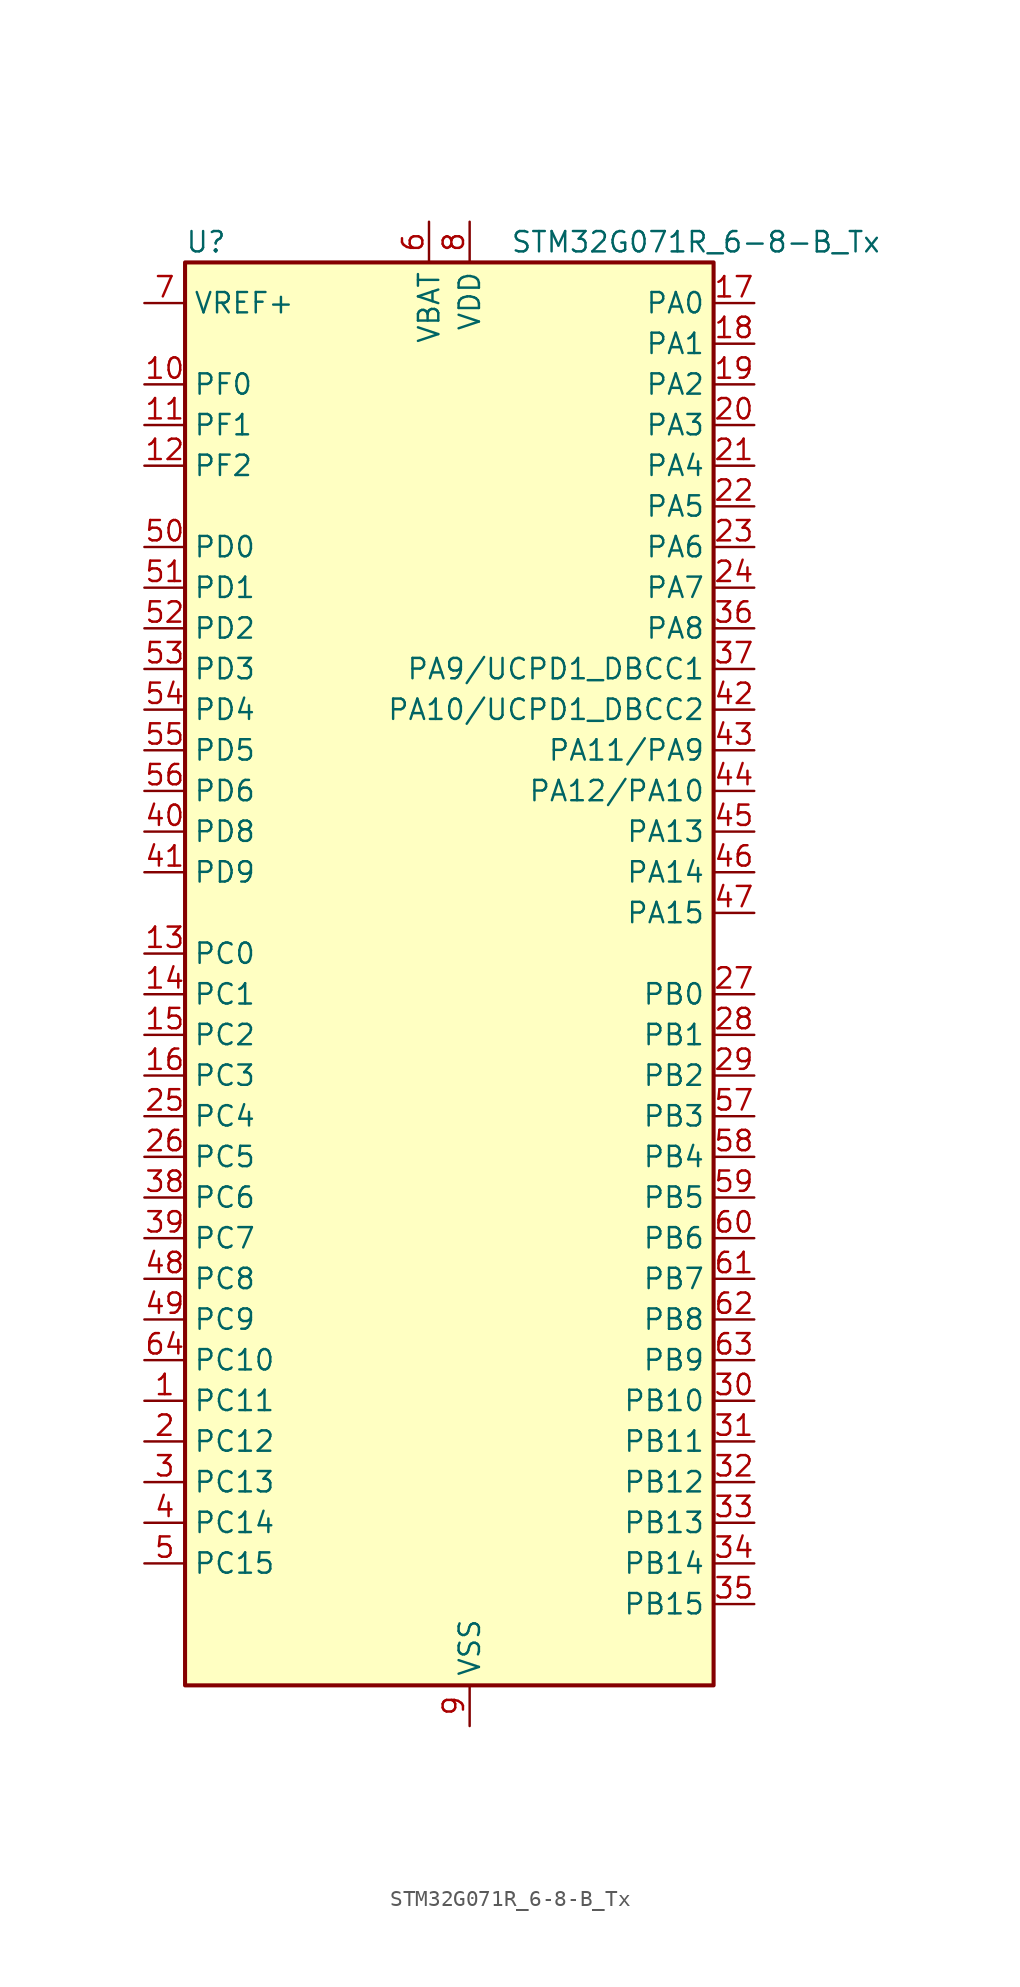
<source format=kicad_sym>
(kicad_symbol_lib
  (version 20220914)
  (generator kicad_symbol_editor)
  (symbol "STM32G071R_6-8-B_Tx"
    (property "Reference" "U"
      (at -15.24 46.99 0)
      (effects (font (size 1.27 1.27)) (justify left)))
    (property "Value" "STM32G071R_6-8-B_Tx"
      (at 5.08 46.99 0)
      (effects (font (size 1.27 1.27)) (justify left)))
    (property "ki_locked" ""
      (at 0 0 0)
      (effects (font (size 1.27 1.27))))
    (symbol "STM32G071R_6-8-B_Tx_0_1"
      (rectangle (start -15.24 -43.18) (end 17.78 45.72) (stroke (width 0.254) (type default)) (fill (type background))))
    (symbol "STM32G071R_6-8-B_Tx_1_1"
      (pin bidirectional line (at -17.78 -25.4 0) (length 2.54) (name "PC11" (effects (font (size 1.27 1.27)))) (number "1" (effects (font (size 1.27 1.27)))) (alternate "ADC1_EXTI11" bidirectional line) (alternate "TIM1_CH4" bidirectional line) (alternate "USART3_RX" bidirectional line) (alternate "USART4_RX" bidirectional line))
      (pin bidirectional line (at -17.78 38.1 0) (length 2.54) (name "PF0" (effects (font (size 1.27 1.27)))) (number "10" (effects (font (size 1.27 1.27)))) (alternate "RCC_OSC_IN" bidirectional line) (alternate "TIM14_CH1" bidirectional line))
      (pin bidirectional line (at -17.78 35.56 0) (length 2.54) (name "PF1" (effects (font (size 1.27 1.27)))) (number "11" (effects (font (size 1.27 1.27)))) (alternate "RCC_OSC_EN" bidirectional line) (alternate "RCC_OSC_OUT" bidirectional line) (alternate "TIM15_CH1N" bidirectional line))
      (pin bidirectional line (at -17.78 33.02 0) (length 2.54) (name "PF2" (effects (font (size 1.27 1.27)))) (number "12" (effects (font (size 1.27 1.27)))) (alternate "RCC_MCO" bidirectional line))
      (pin bidirectional line (at -17.78 2.54 0) (length 2.54) (name "PC0" (effects (font (size 1.27 1.27)))) (number "13" (effects (font (size 1.27 1.27)))) (alternate "LPTIM1_IN1" bidirectional line) (alternate "LPTIM2_IN1" bidirectional line) (alternate "LPUART1_RX" bidirectional line))
      (pin bidirectional line (at -17.78 0 0) (length 2.54) (name "PC1" (effects (font (size 1.27 1.27)))) (number "14" (effects (font (size 1.27 1.27)))) (alternate "LPTIM1_OUT" bidirectional line) (alternate "LPUART1_TX" bidirectional line) (alternate "TIM15_CH1" bidirectional line))
      (pin bidirectional line (at -17.78 -2.54 0) (length 2.54) (name "PC2" (effects (font (size 1.27 1.27)))) (number "15" (effects (font (size 1.27 1.27)))) (alternate "LPTIM1_IN2" bidirectional line) (alternate "SPI2_MISO" bidirectional line) (alternate "TIM15_CH2" bidirectional line))
      (pin bidirectional line (at -17.78 -5.08 0) (length 2.54) (name "PC3" (effects (font (size 1.27 1.27)))) (number "16" (effects (font (size 1.27 1.27)))) (alternate "LPTIM1_ETR" bidirectional line) (alternate "LPTIM2_ETR" bidirectional line) (alternate "SPI2_MOSI" bidirectional line))
      (pin bidirectional line (at 20.32 43.18 180) (length 2.54) (name "PA0" (effects (font (size 1.27 1.27)))) (number "17" (effects (font (size 1.27 1.27)))) (alternate "ADC1_IN0" bidirectional line) (alternate "COMP1_INM" bidirectional line) (alternate "COMP1_OUT" bidirectional line) (alternate "LPTIM1_OUT" bidirectional line) (alternate "RTC_TAMP_IN2" bidirectional line) (alternate "SPI2_SCK" bidirectional line) (alternate "SYS_WKUP1" bidirectional line) (alternate "TIM2_CH1" bidirectional line) (alternate "TIM2_ETR" bidirectional line) (alternate "UCPD2_FRSTX1" bidirectional line) (alternate "UCPD2_FRSTX2" bidirectional line) (alternate "USART2_CTS" bidirectional line) (alternate "USART2_NSS" bidirectional line) (alternate "USART4_TX" bidirectional line))
      (pin bidirectional line (at 20.32 40.64 180) (length 2.54) (name "PA1" (effects (font (size 1.27 1.27)))) (number "18" (effects (font (size 1.27 1.27)))) (alternate "ADC1_IN1" bidirectional line) (alternate "COMP1_INP" bidirectional line) (alternate "I2C1_SMBA" bidirectional line) (alternate "I2S1_CK" bidirectional line) (alternate "SPI1_SCK" bidirectional line) (alternate "TIM15_CH1N" bidirectional line) (alternate "TIM2_CH2" bidirectional line) (alternate "USART2_CK" bidirectional line) (alternate "USART2_DE" bidirectional line) (alternate "USART2_RTS" bidirectional line) (alternate "USART4_RX" bidirectional line))
      (pin bidirectional line (at 20.32 38.1 180) (length 2.54) (name "PA2" (effects (font (size 1.27 1.27)))) (number "19" (effects (font (size 1.27 1.27)))) (alternate "ADC1_IN2" bidirectional line) (alternate "COMP2_INM" bidirectional line) (alternate "COMP2_OUT" bidirectional line) (alternate "I2S1_SD" bidirectional line) (alternate "LPUART1_TX" bidirectional line) (alternate "RCC_LSCO" bidirectional line) (alternate "SPI1_MOSI" bidirectional line) (alternate "SYS_WKUP4" bidirectional line) (alternate "TIM15_CH1" bidirectional line) (alternate "TIM2_CH3" bidirectional line) (alternate "UCPD1_FRSTX1" bidirectional line) (alternate "UCPD1_FRSTX2" bidirectional line) (alternate "USART2_TX" bidirectional line))
      (pin bidirectional line (at -17.78 -27.94 0) (length 2.54) (name "PC12" (effects (font (size 1.27 1.27)))) (number "2" (effects (font (size 1.27 1.27)))) (alternate "LPTIM1_IN1" bidirectional line) (alternate "TIM14_CH1" bidirectional line) (alternate "UCPD1_FRSTX1" bidirectional line) (alternate "UCPD1_FRSTX2" bidirectional line))
      (pin bidirectional line (at 20.32 35.56 180) (length 2.54) (name "PA3" (effects (font (size 1.27 1.27)))) (number "20" (effects (font (size 1.27 1.27)))) (alternate "ADC1_IN3" bidirectional line) (alternate "COMP2_INP" bidirectional line) (alternate "LPUART1_RX" bidirectional line) (alternate "SPI2_MISO" bidirectional line) (alternate "TIM15_CH2" bidirectional line) (alternate "TIM2_CH4" bidirectional line) (alternate "UCPD2_FRSTX1" bidirectional line) (alternate "UCPD2_FRSTX2" bidirectional line) (alternate "USART2_RX" bidirectional line))
      (pin bidirectional line (at 20.32 33.02 180) (length 2.54) (name "PA4" (effects (font (size 1.27 1.27)))) (number "21" (effects (font (size 1.27 1.27)))) (alternate "ADC1_IN4" bidirectional line) (alternate "DAC1_OUT1" bidirectional line) (alternate "I2S1_WS" bidirectional line) (alternate "LPTIM2_OUT" bidirectional line) (alternate "RTC_OUT_ALARM" bidirectional line) (alternate "RTC_OUT_CALIB" bidirectional line) (alternate "SPI1_NSS" bidirectional line) (alternate "SPI2_MOSI" bidirectional line) (alternate "TIM14_CH1" bidirectional line) (alternate "UCPD2_FRSTX1" bidirectional line) (alternate "UCPD2_FRSTX2" bidirectional line))
      (pin bidirectional line (at 20.32 30.48 180) (length 2.54) (name "PA5" (effects (font (size 1.27 1.27)))) (number "22" (effects (font (size 1.27 1.27)))) (alternate "ADC1_IN5" bidirectional line) (alternate "CEC" bidirectional line) (alternate "DAC1_OUT2" bidirectional line) (alternate "I2S1_CK" bidirectional line) (alternate "LPTIM2_ETR" bidirectional line) (alternate "SPI1_SCK" bidirectional line) (alternate "TIM2_CH1" bidirectional line) (alternate "TIM2_ETR" bidirectional line) (alternate "UCPD1_FRSTX1" bidirectional line) (alternate "UCPD1_FRSTX2" bidirectional line) (alternate "USART3_TX" bidirectional line))
      (pin bidirectional line (at 20.32 27.94 180) (length 2.54) (name "PA6" (effects (font (size 1.27 1.27)))) (number "23" (effects (font (size 1.27 1.27)))) (alternate "ADC1_IN6" bidirectional line) (alternate "COMP1_OUT" bidirectional line) (alternate "I2S1_MCK" bidirectional line) (alternate "LPUART1_CTS" bidirectional line) (alternate "SPI1_MISO" bidirectional line) (alternate "TIM16_CH1" bidirectional line) (alternate "TIM1_BK" bidirectional line) (alternate "TIM3_CH1" bidirectional line) (alternate "USART3_CTS" bidirectional line) (alternate "USART3_NSS" bidirectional line))
      (pin bidirectional line (at 20.32 25.4 180) (length 2.54) (name "PA7" (effects (font (size 1.27 1.27)))) (number "24" (effects (font (size 1.27 1.27)))) (alternate "ADC1_IN7" bidirectional line) (alternate "COMP2_OUT" bidirectional line) (alternate "I2S1_SD" bidirectional line) (alternate "SPI1_MOSI" bidirectional line) (alternate "TIM14_CH1" bidirectional line) (alternate "TIM17_CH1" bidirectional line) (alternate "TIM1_CH1N" bidirectional line) (alternate "TIM3_CH2" bidirectional line) (alternate "UCPD1_FRSTX1" bidirectional line) (alternate "UCPD1_FRSTX2" bidirectional line))
      (pin bidirectional line (at -17.78 -7.62 0) (length 2.54) (name "PC4" (effects (font (size 1.27 1.27)))) (number "25" (effects (font (size 1.27 1.27)))) (alternate "ADC1_IN17" bidirectional line) (alternate "COMP1_INM" bidirectional line) (alternate "TIM2_CH1" bidirectional line) (alternate "TIM2_ETR" bidirectional line) (alternate "USART1_TX" bidirectional line) (alternate "USART3_TX" bidirectional line))
      (pin bidirectional line (at -17.78 -10.16 0) (length 2.54) (name "PC5" (effects (font (size 1.27 1.27)))) (number "26" (effects (font (size 1.27 1.27)))) (alternate "ADC1_IN18" bidirectional line) (alternate "COMP1_INP" bidirectional line) (alternate "SYS_WKUP5" bidirectional line) (alternate "TIM2_CH2" bidirectional line) (alternate "USART1_RX" bidirectional line) (alternate "USART3_RX" bidirectional line))
      (pin bidirectional line (at 20.32 0 180) (length 2.54) (name "PB0" (effects (font (size 1.27 1.27)))) (number "27" (effects (font (size 1.27 1.27)))) (alternate "ADC1_IN8" bidirectional line) (alternate "COMP1_OUT" bidirectional line) (alternate "I2S1_WS" bidirectional line) (alternate "LPTIM1_OUT" bidirectional line) (alternate "SPI1_NSS" bidirectional line) (alternate "TIM1_CH2N" bidirectional line) (alternate "TIM3_CH3" bidirectional line) (alternate "UCPD1_FRSTX1" bidirectional line) (alternate "UCPD1_FRSTX2" bidirectional line) (alternate "USART3_RX" bidirectional line))
      (pin bidirectional line (at 20.32 -2.54 180) (length 2.54) (name "PB1" (effects (font (size 1.27 1.27)))) (number "28" (effects (font (size 1.27 1.27)))) (alternate "ADC1_IN9" bidirectional line) (alternate "COMP1_INM" bidirectional line) (alternate "LPTIM2_IN1" bidirectional line) (alternate "LPUART1_DE" bidirectional line) (alternate "LPUART1_RTS" bidirectional line) (alternate "TIM14_CH1" bidirectional line) (alternate "TIM1_CH3N" bidirectional line) (alternate "TIM3_CH4" bidirectional line) (alternate "USART3_CK" bidirectional line) (alternate "USART3_DE" bidirectional line) (alternate "USART3_RTS" bidirectional line))
      (pin bidirectional line (at 20.32 -5.08 180) (length 2.54) (name "PB2" (effects (font (size 1.27 1.27)))) (number "29" (effects (font (size 1.27 1.27)))) (alternate "ADC1_IN10" bidirectional line) (alternate "COMP1_INP" bidirectional line) (alternate "LPTIM1_OUT" bidirectional line) (alternate "SPI2_MISO" bidirectional line) (alternate "USART3_TX" bidirectional line))
      (pin bidirectional line (at -17.78 -30.48 0) (length 2.54) (name "PC13" (effects (font (size 1.27 1.27)))) (number "3" (effects (font (size 1.27 1.27)))) (alternate "RTC_OUT_ALARM" bidirectional line) (alternate "RTC_OUT_CALIB" bidirectional line) (alternate "RTC_TAMP_IN1" bidirectional line) (alternate "RTC_TS" bidirectional line) (alternate "SYS_WKUP2" bidirectional line) (alternate "TIM1_BK" bidirectional line))
      (pin bidirectional line (at 20.32 -25.4 180) (length 2.54) (name "PB10" (effects (font (size 1.27 1.27)))) (number "30" (effects (font (size 1.27 1.27)))) (alternate "ADC1_IN11" bidirectional line) (alternate "CEC" bidirectional line) (alternate "COMP1_OUT" bidirectional line) (alternate "I2C2_SCL" bidirectional line) (alternate "LPUART1_RX" bidirectional line) (alternate "SPI2_SCK" bidirectional line) (alternate "TIM2_CH3" bidirectional line) (alternate "USART3_TX" bidirectional line))
      (pin bidirectional line (at 20.32 -27.94 180) (length 2.54) (name "PB11" (effects (font (size 1.27 1.27)))) (number "31" (effects (font (size 1.27 1.27)))) (alternate "ADC1_EXTI11" bidirectional line) (alternate "ADC1_IN15" bidirectional line) (alternate "COMP2_OUT" bidirectional line) (alternate "I2C2_SDA" bidirectional line) (alternate "LPUART1_TX" bidirectional line) (alternate "SPI2_MOSI" bidirectional line) (alternate "TIM2_CH4" bidirectional line) (alternate "USART3_RX" bidirectional line))
      (pin bidirectional line (at 20.32 -30.48 180) (length 2.54) (name "PB12" (effects (font (size 1.27 1.27)))) (number "32" (effects (font (size 1.27 1.27)))) (alternate "ADC1_IN16" bidirectional line) (alternate "LPUART1_DE" bidirectional line) (alternate "LPUART1_RTS" bidirectional line) (alternate "SPI2_NSS" bidirectional line) (alternate "TIM15_BK" bidirectional line) (alternate "TIM1_BK" bidirectional line) (alternate "UCPD2_FRSTX1" bidirectional line) (alternate "UCPD2_FRSTX2" bidirectional line))
      (pin bidirectional line (at 20.32 -33.02 180) (length 2.54) (name "PB13" (effects (font (size 1.27 1.27)))) (number "33" (effects (font (size 1.27 1.27)))) (alternate "I2C2_SCL" bidirectional line) (alternate "LPUART1_CTS" bidirectional line) (alternate "SPI2_SCK" bidirectional line) (alternate "TIM15_CH1N" bidirectional line) (alternate "TIM1_CH1N" bidirectional line) (alternate "USART3_CTS" bidirectional line) (alternate "USART3_NSS" bidirectional line))
      (pin bidirectional line (at 20.32 -35.56 180) (length 2.54) (name "PB14" (effects (font (size 1.27 1.27)))) (number "34" (effects (font (size 1.27 1.27)))) (alternate "I2C2_SDA" bidirectional line) (alternate "SPI2_MISO" bidirectional line) (alternate "TIM15_CH1" bidirectional line) (alternate "TIM1_CH2N" bidirectional line) (alternate "UCPD1_FRSTX1" bidirectional line) (alternate "UCPD1_FRSTX2" bidirectional line) (alternate "USART3_CK" bidirectional line) (alternate "USART3_DE" bidirectional line) (alternate "USART3_RTS" bidirectional line))
      (pin bidirectional line (at 20.32 -38.1 180) (length 2.54) (name "PB15" (effects (font (size 1.27 1.27)))) (number "35" (effects (font (size 1.27 1.27)))) (alternate "RTC_REFIN" bidirectional line) (alternate "SPI2_MOSI" bidirectional line) (alternate "TIM15_CH1N" bidirectional line) (alternate "TIM15_CH2" bidirectional line) (alternate "TIM1_CH3N" bidirectional line) (alternate "UCPD1_CC2" bidirectional line))
      (pin bidirectional line (at 20.32 22.86 180) (length 2.54) (name "PA8" (effects (font (size 1.27 1.27)))) (number "36" (effects (font (size 1.27 1.27)))) (alternate "LPTIM2_OUT" bidirectional line) (alternate "RCC_MCO" bidirectional line) (alternate "SPI2_NSS" bidirectional line) (alternate "TIM1_CH1" bidirectional line) (alternate "UCPD1_CC1" bidirectional line))
      (pin bidirectional line (at 20.32 20.32 180) (length 2.54) (name "PA9/UCPD1_DBCC1" (effects (font (size 1.27 1.27)))) (number "37" (effects (font (size 1.27 1.27)))) (alternate "DAC1_EXTI9" bidirectional line) (alternate "I2C1_SCL" bidirectional line) (alternate "RCC_MCO" bidirectional line) (alternate "SPI2_MISO" bidirectional line) (alternate "TIM15_BK" bidirectional line) (alternate "TIM1_CH2" bidirectional line) (alternate "UCPD1_DBCC1" bidirectional line) (alternate "USART1_TX" bidirectional line))
      (pin bidirectional line (at -17.78 -12.7 0) (length 2.54) (name "PC6" (effects (font (size 1.27 1.27)))) (number "38" (effects (font (size 1.27 1.27)))) (alternate "TIM2_CH3" bidirectional line) (alternate "TIM3_CH1" bidirectional line) (alternate "UCPD1_FRSTX1" bidirectional line) (alternate "UCPD1_FRSTX2" bidirectional line))
      (pin bidirectional line (at -17.78 -15.24 0) (length 2.54) (name "PC7" (effects (font (size 1.27 1.27)))) (number "39" (effects (font (size 1.27 1.27)))) (alternate "TIM2_CH4" bidirectional line) (alternate "TIM3_CH2" bidirectional line) (alternate "UCPD2_FRSTX1" bidirectional line) (alternate "UCPD2_FRSTX2" bidirectional line))
      (pin bidirectional line (at -17.78 -33.02 0) (length 2.54) (name "PC14" (effects (font (size 1.27 1.27)))) (number "4" (effects (font (size 1.27 1.27)))) (alternate "RCC_OSC32_IN" bidirectional line) (alternate "TIM1_BK2" bidirectional line))
      (pin bidirectional line (at -17.78 10.16 0) (length 2.54) (name "PD8" (effects (font (size 1.27 1.27)))) (number "40" (effects (font (size 1.27 1.27)))) (alternate "I2S1_CK" bidirectional line) (alternate "LPTIM1_OUT" bidirectional line) (alternate "SPI1_SCK" bidirectional line) (alternate "USART3_TX" bidirectional line))
      (pin bidirectional line (at -17.78 7.62 0) (length 2.54) (name "PD9" (effects (font (size 1.27 1.27)))) (number "41" (effects (font (size 1.27 1.27)))) (alternate "DAC1_EXTI9" bidirectional line) (alternate "I2S1_WS" bidirectional line) (alternate "SPI1_NSS" bidirectional line) (alternate "TIM1_BK2" bidirectional line) (alternate "USART3_RX" bidirectional line))
      (pin bidirectional line (at 20.32 17.78 180) (length 2.54) (name "PA10/UCPD1_DBCC2" (effects (font (size 1.27 1.27)))) (number "42" (effects (font (size 1.27 1.27)))) (alternate "I2C1_SDA" bidirectional line) (alternate "SPI2_MOSI" bidirectional line) (alternate "TIM17_BK" bidirectional line) (alternate "TIM1_CH3" bidirectional line) (alternate "UCPD1_DBCC2" bidirectional line) (alternate "USART1_RX" bidirectional line))
      (pin bidirectional line (at 20.32 15.24 180) (length 2.54) (name "PA11/PA9" (effects (font (size 1.27 1.27)))) (number "43" (effects (font (size 1.27 1.27)))) (alternate "ADC1_EXTI11" bidirectional line) (alternate "COMP1_OUT" bidirectional line) (alternate "I2C2_SCL" bidirectional line) (alternate "I2S1_MCK" bidirectional line) (alternate "SPI1_MISO" bidirectional line) (alternate "TIM1_BK2" bidirectional line) (alternate "TIM1_CH4" bidirectional line) (alternate "USART1_CTS" bidirectional line) (alternate "USART1_NSS" bidirectional line))
      (pin bidirectional line (at 20.32 12.7 180) (length 2.54) (name "PA12/PA10" (effects (font (size 1.27 1.27)))) (number "44" (effects (font (size 1.27 1.27)))) (alternate "COMP2_OUT" bidirectional line) (alternate "I2C2_SDA" bidirectional line) (alternate "I2S1_SD" bidirectional line) (alternate "I2S_CKIN" bidirectional line) (alternate "SPI1_MOSI" bidirectional line) (alternate "TIM1_ETR" bidirectional line) (alternate "USART1_CK" bidirectional line) (alternate "USART1_DE" bidirectional line) (alternate "USART1_RTS" bidirectional line))
      (pin bidirectional line (at 20.32 10.16 180) (length 2.54) (name "PA13" (effects (font (size 1.27 1.27)))) (number "45" (effects (font (size 1.27 1.27)))) (alternate "IR_OUT" bidirectional line) (alternate "SYS_SWDIO" bidirectional line))
      (pin bidirectional line (at 20.32 7.62 180) (length 2.54) (name "PA14" (effects (font (size 1.27 1.27)))) (number "46" (effects (font (size 1.27 1.27)))) (alternate "SYS_SWCLK" bidirectional line) (alternate "USART2_TX" bidirectional line))
      (pin bidirectional line (at 20.32 5.08 180) (length 2.54) (name "PA15" (effects (font (size 1.27 1.27)))) (number "47" (effects (font (size 1.27 1.27)))) (alternate "I2S1_WS" bidirectional line) (alternate "SPI1_NSS" bidirectional line) (alternate "TIM2_CH1" bidirectional line) (alternate "TIM2_ETR" bidirectional line) (alternate "USART2_RX" bidirectional line) (alternate "USART3_CK" bidirectional line) (alternate "USART3_DE" bidirectional line) (alternate "USART3_RTS" bidirectional line) (alternate "USART4_CK" bidirectional line) (alternate "USART4_DE" bidirectional line) (alternate "USART4_RTS" bidirectional line))
      (pin bidirectional line (at -17.78 -17.78 0) (length 2.54) (name "PC8" (effects (font (size 1.27 1.27)))) (number "48" (effects (font (size 1.27 1.27)))) (alternate "TIM1_CH1" bidirectional line) (alternate "TIM3_CH3" bidirectional line) (alternate "UCPD2_FRSTX1" bidirectional line) (alternate "UCPD2_FRSTX2" bidirectional line))
      (pin bidirectional line (at -17.78 -20.32 0) (length 2.54) (name "PC9" (effects (font (size 1.27 1.27)))) (number "49" (effects (font (size 1.27 1.27)))) (alternate "DAC1_EXTI9" bidirectional line) (alternate "I2S_CKIN" bidirectional line) (alternate "TIM1_CH2" bidirectional line) (alternate "TIM3_CH4" bidirectional line))
      (pin bidirectional line (at -17.78 -35.56 0) (length 2.54) (name "PC15" (effects (font (size 1.27 1.27)))) (number "5" (effects (font (size 1.27 1.27)))) (alternate "RCC_OSC32_EN" bidirectional line) (alternate "RCC_OSC32_OUT" bidirectional line) (alternate "RCC_OSC_EN" bidirectional line) (alternate "TIM15_BK" bidirectional line))
      (pin bidirectional line (at -17.78 27.94 0) (length 2.54) (name "PD0" (effects (font (size 1.27 1.27)))) (number "50" (effects (font (size 1.27 1.27)))) (alternate "SPI2_NSS" bidirectional line) (alternate "TIM16_CH1" bidirectional line) (alternate "UCPD2_CC1" bidirectional line))
      (pin bidirectional line (at -17.78 25.4 0) (length 2.54) (name "PD1" (effects (font (size 1.27 1.27)))) (number "51" (effects (font (size 1.27 1.27)))) (alternate "SPI2_SCK" bidirectional line) (alternate "TIM17_CH1" bidirectional line) (alternate "UCPD2_DBCC1" bidirectional line))
      (pin bidirectional line (at -17.78 22.86 0) (length 2.54) (name "PD2" (effects (font (size 1.27 1.27)))) (number "52" (effects (font (size 1.27 1.27)))) (alternate "TIM1_CH1N" bidirectional line) (alternate "TIM3_ETR" bidirectional line) (alternate "UCPD2_CC2" bidirectional line) (alternate "USART3_CK" bidirectional line) (alternate "USART3_DE" bidirectional line) (alternate "USART3_RTS" bidirectional line))
      (pin bidirectional line (at -17.78 20.32 0) (length 2.54) (name "PD3" (effects (font (size 1.27 1.27)))) (number "53" (effects (font (size 1.27 1.27)))) (alternate "SPI2_MISO" bidirectional line) (alternate "TIM1_CH2N" bidirectional line) (alternate "UCPD2_DBCC2" bidirectional line) (alternate "USART2_CTS" bidirectional line) (alternate "USART2_NSS" bidirectional line))
      (pin bidirectional line (at -17.78 17.78 0) (length 2.54) (name "PD4" (effects (font (size 1.27 1.27)))) (number "54" (effects (font (size 1.27 1.27)))) (alternate "SPI2_MOSI" bidirectional line) (alternate "TIM1_CH3N" bidirectional line) (alternate "USART2_CK" bidirectional line) (alternate "USART2_DE" bidirectional line) (alternate "USART2_RTS" bidirectional line))
      (pin bidirectional line (at -17.78 15.24 0) (length 2.54) (name "PD5" (effects (font (size 1.27 1.27)))) (number "55" (effects (font (size 1.27 1.27)))) (alternate "I2S1_MCK" bidirectional line) (alternate "SPI1_MISO" bidirectional line) (alternate "TIM1_BK" bidirectional line) (alternate "USART2_TX" bidirectional line))
      (pin bidirectional line (at -17.78 12.7 0) (length 2.54) (name "PD6" (effects (font (size 1.27 1.27)))) (number "56" (effects (font (size 1.27 1.27)))) (alternate "I2S1_SD" bidirectional line) (alternate "LPTIM2_OUT" bidirectional line) (alternate "SPI1_MOSI" bidirectional line) (alternate "USART2_RX" bidirectional line))
      (pin bidirectional line (at 20.32 -7.62 180) (length 2.54) (name "PB3" (effects (font (size 1.27 1.27)))) (number "57" (effects (font (size 1.27 1.27)))) (alternate "COMP2_INM" bidirectional line) (alternate "I2S1_CK" bidirectional line) (alternate "SPI1_SCK" bidirectional line) (alternate "TIM1_CH2" bidirectional line) (alternate "TIM2_CH2" bidirectional line) (alternate "USART1_CK" bidirectional line) (alternate "USART1_DE" bidirectional line) (alternate "USART1_RTS" bidirectional line))
      (pin bidirectional line (at 20.32 -10.16 180) (length 2.54) (name "PB4" (effects (font (size 1.27 1.27)))) (number "58" (effects (font (size 1.27 1.27)))) (alternate "COMP2_INP" bidirectional line) (alternate "I2S1_MCK" bidirectional line) (alternate "SPI1_MISO" bidirectional line) (alternate "TIM17_BK" bidirectional line) (alternate "TIM3_CH1" bidirectional line) (alternate "USART1_CTS" bidirectional line) (alternate "USART1_NSS" bidirectional line))
      (pin bidirectional line (at 20.32 -12.7 180) (length 2.54) (name "PB5" (effects (font (size 1.27 1.27)))) (number "59" (effects (font (size 1.27 1.27)))) (alternate "COMP2_OUT" bidirectional line) (alternate "I2C1_SMBA" bidirectional line) (alternate "I2S1_SD" bidirectional line) (alternate "LPTIM1_IN1" bidirectional line) (alternate "SPI1_MOSI" bidirectional line) (alternate "SYS_WKUP6" bidirectional line) (alternate "TIM16_BK" bidirectional line) (alternate "TIM3_CH2" bidirectional line))
      (pin power_in line (at 0 48.26 270) (length 2.54) (name "VBAT" (effects (font (size 1.27 1.27)))) (number "6" (effects (font (size 1.27 1.27)))))
      (pin bidirectional line (at 20.32 -15.24 180) (length 2.54) (name "PB6" (effects (font (size 1.27 1.27)))) (number "60" (effects (font (size 1.27 1.27)))) (alternate "COMP2_INP" bidirectional line) (alternate "I2C1_SCL" bidirectional line) (alternate "LPTIM1_ETR" bidirectional line) (alternate "SPI2_MISO" bidirectional line) (alternate "TIM16_CH1N" bidirectional line) (alternate "TIM1_CH3" bidirectional line) (alternate "USART1_TX" bidirectional line))
      (pin bidirectional line (at 20.32 -17.78 180) (length 2.54) (name "PB7" (effects (font (size 1.27 1.27)))) (number "61" (effects (font (size 1.27 1.27)))) (alternate "COMP2_INM" bidirectional line) (alternate "I2C1_SDA" bidirectional line) (alternate "LPTIM1_IN2" bidirectional line) (alternate "SPI2_MOSI" bidirectional line) (alternate "SYS_PVD_IN" bidirectional line) (alternate "TIM17_CH1N" bidirectional line) (alternate "USART1_RX" bidirectional line) (alternate "USART4_CTS" bidirectional line) (alternate "USART4_NSS" bidirectional line))
      (pin bidirectional line (at 20.32 -20.32 180) (length 2.54) (name "PB8" (effects (font (size 1.27 1.27)))) (number "62" (effects (font (size 1.27 1.27)))) (alternate "CEC" bidirectional line) (alternate "I2C1_SCL" bidirectional line) (alternate "SPI2_SCK" bidirectional line) (alternate "TIM15_BK" bidirectional line) (alternate "TIM16_CH1" bidirectional line) (alternate "USART3_TX" bidirectional line))
      (pin bidirectional line (at 20.32 -22.86 180) (length 2.54) (name "PB9" (effects (font (size 1.27 1.27)))) (number "63" (effects (font (size 1.27 1.27)))) (alternate "DAC1_EXTI9" bidirectional line) (alternate "I2C1_SDA" bidirectional line) (alternate "IR_OUT" bidirectional line) (alternate "SPI2_NSS" bidirectional line) (alternate "TIM17_CH1" bidirectional line) (alternate "UCPD2_FRSTX1" bidirectional line) (alternate "UCPD2_FRSTX2" bidirectional line) (alternate "USART3_RX" bidirectional line))
      (pin bidirectional line (at -17.78 -22.86 0) (length 2.54) (name "PC10" (effects (font (size 1.27 1.27)))) (number "64" (effects (font (size 1.27 1.27)))) (alternate "TIM1_CH3" bidirectional line) (alternate "USART3_TX" bidirectional line) (alternate "USART4_TX" bidirectional line))
      (pin input line (at -17.78 43.18 0) (length 2.54) (name "VREF+" (effects (font (size 1.27 1.27)))) (number "7" (effects (font (size 1.27 1.27)))) (alternate "VREFBUF_OUT" bidirectional line))
      (pin power_in line (at 2.54 48.26 270) (length 2.54) (name "VDD" (effects (font (size 1.27 1.27)))) (number "8" (effects (font (size 1.27 1.27)))))
      (pin power_in line (at 2.54 -45.72 90) (length 2.54) (name "VSS" (effects (font (size 1.27 1.27)))) (number "9" (effects (font (size 1.27 1.27))))))))
</source>
